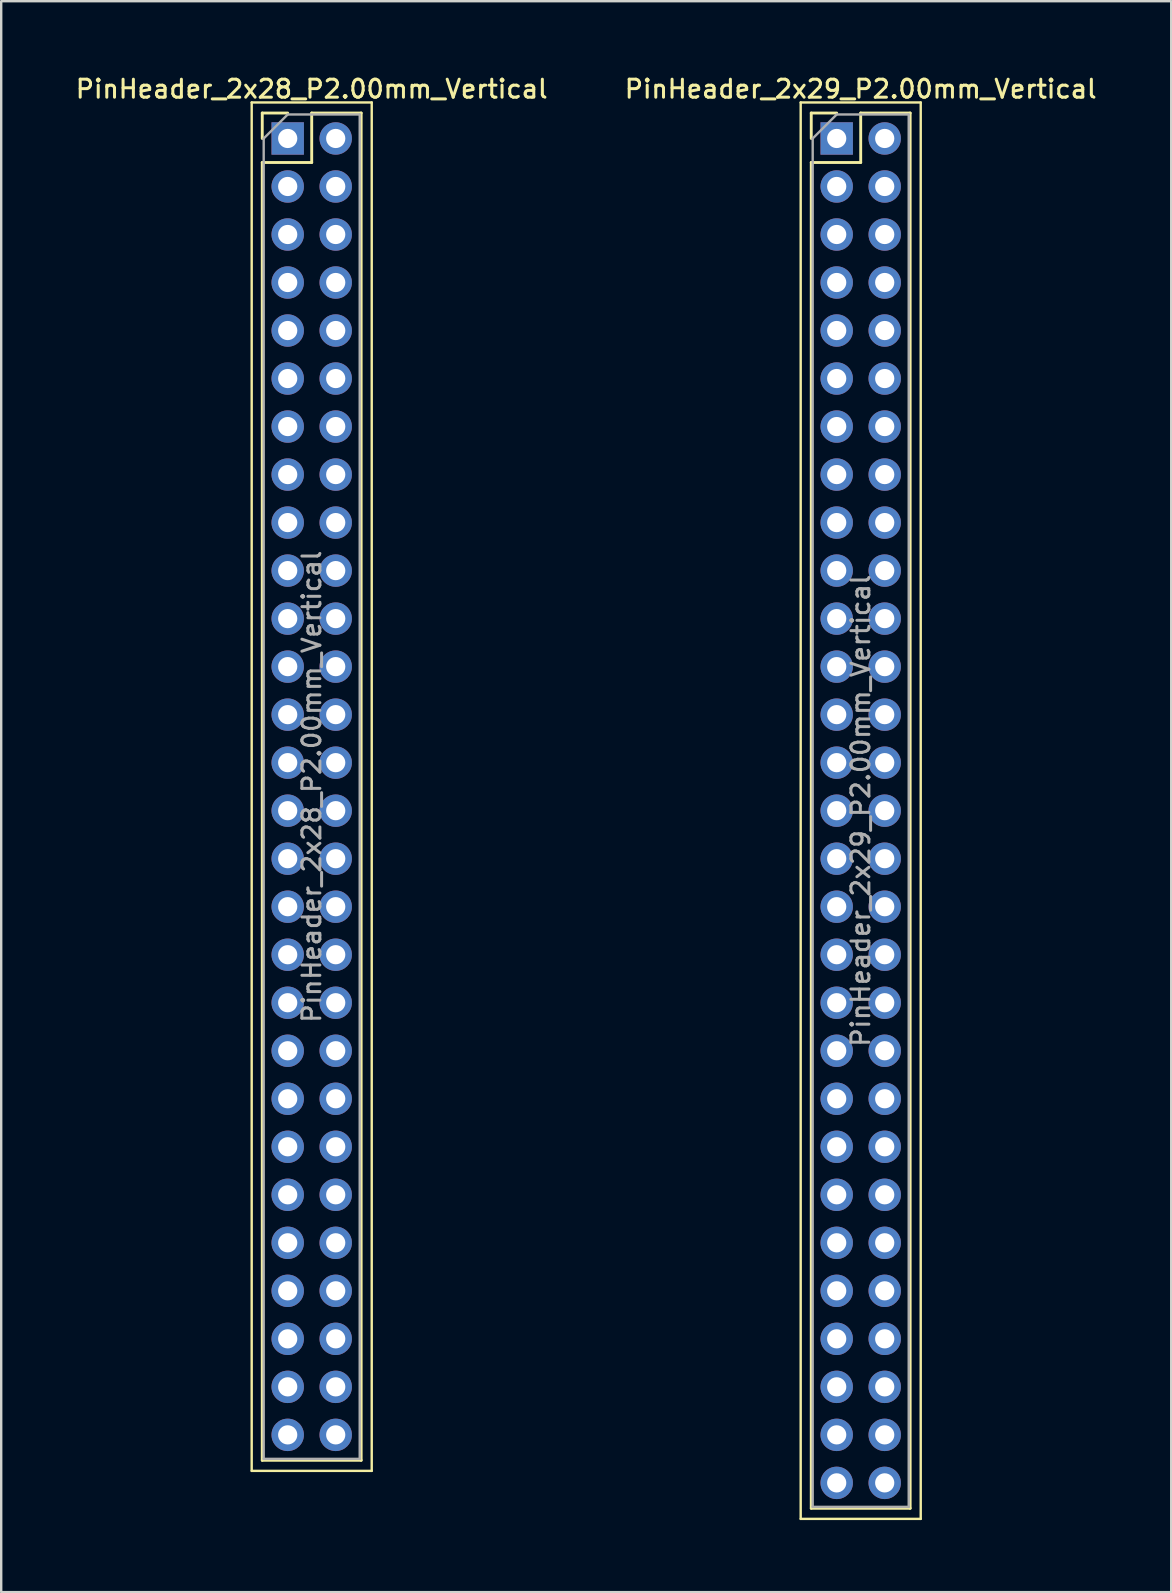
<source format=kicad_pcb>
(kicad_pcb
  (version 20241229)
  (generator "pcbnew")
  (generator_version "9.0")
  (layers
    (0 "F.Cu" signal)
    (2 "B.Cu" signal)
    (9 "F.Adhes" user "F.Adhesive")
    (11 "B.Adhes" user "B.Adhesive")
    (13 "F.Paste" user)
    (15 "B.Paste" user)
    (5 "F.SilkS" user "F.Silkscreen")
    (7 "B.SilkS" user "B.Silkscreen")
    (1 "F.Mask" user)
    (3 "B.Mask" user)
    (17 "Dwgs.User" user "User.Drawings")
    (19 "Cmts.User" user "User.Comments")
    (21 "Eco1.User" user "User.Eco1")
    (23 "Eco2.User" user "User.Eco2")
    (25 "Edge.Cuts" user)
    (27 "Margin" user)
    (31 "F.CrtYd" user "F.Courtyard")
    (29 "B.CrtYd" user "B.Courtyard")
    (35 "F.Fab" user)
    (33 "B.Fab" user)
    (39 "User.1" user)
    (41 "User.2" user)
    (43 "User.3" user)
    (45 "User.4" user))
  (footprint "PinHeader_2x28_P2.00mm_Vertical"
    (layer "F.Cu")
    (at 8.934 2.718)
    (property "Reference" "PinHeader_2x28_P2.00mm_Vertical" (at 1 -2.06 0) (layer "F.SilkS") (effects (font (size 0.75 0.75) (thickness 0.125))))
    (attr through_hole)
    (fp_line (start -1.5 -1.5) (end -1.5 55.5) (stroke (width 0.1) (type solid)) (layer "F.SilkS"))
    (fp_line (start -1.5 55.5) (end 3.5 55.5) (stroke (width 0.1) (type solid)) (layer "F.SilkS"))
    (fp_line (start -1.06 -1.06) (end 0 -1.06) (stroke (width 0.12) (type solid)) (layer "F.SilkS"))
    (fp_line (start -1.06 0) (end -1.06 -1.06) (stroke (width 0.12) (type solid)) (layer "F.SilkS"))
    (fp_line (start -1.06 1) (end -1.06 55.06) (stroke (width 0.12) (type solid)) (layer "F.SilkS"))
    (fp_line (start -1.06 1) (end 1 1) (stroke (width 0.12) (type solid)) (layer "F.SilkS"))
    (fp_line (start -1.06 55.06) (end 3.06 55.06) (stroke (width 0.12) (type solid)) (layer "F.SilkS"))
    (fp_line (start 1 -1.06) (end 3.06 -1.06) (stroke (width 0.12) (type solid)) (layer "F.SilkS"))
    (fp_line (start 1 1) (end 1 -1.06) (stroke (width 0.12) (type solid)) (layer "F.SilkS"))
    (fp_line (start 3.06 -1.06) (end 3.06 55.06) (stroke (width 0.12) (type solid)) (layer "F.SilkS"))
    (fp_line (start 3.5 -1.5) (end -1.5 -1.5) (stroke (width 0.1) (type solid)) (layer "F.SilkS"))
    (fp_line (start 3.5 55.5) (end 3.5 -1.5) (stroke (width 0.1) (type solid)) (layer "F.SilkS"))
    (fp_line (start -1 0) (end 0 -1) (stroke (width 0.1) (type solid)) (layer "F.Fab"))
    (fp_line (start -1 55) (end -1 0) (stroke (width 0.1) (type solid)) (layer "F.Fab"))
    (fp_line (start 0 -1) (end 3 -1) (stroke (width 0.1) (type solid)) (layer "F.Fab"))
    (fp_line (start 3 -1) (end 3 55) (stroke (width 0.1) (type solid)) (layer "F.Fab"))
    (fp_line (start 3 55) (end -1 55) (stroke (width 0.1) (type solid)) (layer "F.Fab"))
    (fp_text user "${REFERENCE}" (at 1 27 90) (layer "F.Fab") (effects (font (size 0.75 0.75) (thickness 0.125))))
    (pad "1" thru_hole rect (at 0 0) (size 1.35 1.35) (drill 0.8) (layers "*.Cu" "*.Mask"))
    (pad "2" thru_hole oval (at 2 0) (size 1.35 1.35) (drill 0.8) (layers "*.Cu" "*.Mask"))
    (pad "3" thru_hole oval (at 0 2) (size 1.35 1.35) (drill 0.8) (layers "*.Cu" "*.Mask"))
    (pad "4" thru_hole oval (at 2 2) (size 1.35 1.35) (drill 0.8) (layers "*.Cu" "*.Mask"))
    (pad "5" thru_hole oval (at 0 4) (size 1.35 1.35) (drill 0.8) (layers "*.Cu" "*.Mask"))
    (pad "6" thru_hole oval (at 2 4) (size 1.35 1.35) (drill 0.8) (layers "*.Cu" "*.Mask"))
    (pad "7" thru_hole oval (at 0 6) (size 1.35 1.35) (drill 0.8) (layers "*.Cu" "*.Mask"))
    (pad "8" thru_hole oval (at 2 6) (size 1.35 1.35) (drill 0.8) (layers "*.Cu" "*.Mask"))
    (pad "9" thru_hole oval (at 0 8) (size 1.35 1.35) (drill 0.8) (layers "*.Cu" "*.Mask"))
    (pad "10" thru_hole oval (at 2 8) (size 1.35 1.35) (drill 0.8) (layers "*.Cu" "*.Mask"))
    (pad "11" thru_hole oval (at 0 10) (size 1.35 1.35) (drill 0.8) (layers "*.Cu" "*.Mask"))
    (pad "12" thru_hole oval (at 2 10) (size 1.35 1.35) (drill 0.8) (layers "*.Cu" "*.Mask"))
    (pad "13" thru_hole oval (at 0 12) (size 1.35 1.35) (drill 0.8) (layers "*.Cu" "*.Mask"))
    (pad "14" thru_hole oval (at 2 12) (size 1.35 1.35) (drill 0.8) (layers "*.Cu" "*.Mask"))
    (pad "15" thru_hole oval (at 0 14) (size 1.35 1.35) (drill 0.8) (layers "*.Cu" "*.Mask"))
    (pad "16" thru_hole oval (at 2 14) (size 1.35 1.35) (drill 0.8) (layers "*.Cu" "*.Mask"))
    (pad "17" thru_hole oval (at 0 16) (size 1.35 1.35) (drill 0.8) (layers "*.Cu" "*.Mask"))
    (pad "18" thru_hole oval (at 2 16) (size 1.35 1.35) (drill 0.8) (layers "*.Cu" "*.Mask"))
    (pad "19" thru_hole oval (at 0 18) (size 1.35 1.35) (drill 0.8) (layers "*.Cu" "*.Mask"))
    (pad "20" thru_hole oval (at 2 18) (size 1.35 1.35) (drill 0.8) (layers "*.Cu" "*.Mask"))
    (pad "21" thru_hole oval (at 0 20) (size 1.35 1.35) (drill 0.8) (layers "*.Cu" "*.Mask"))
    (pad "22" thru_hole oval (at 2 20) (size 1.35 1.35) (drill 0.8) (layers "*.Cu" "*.Mask"))
    (pad "23" thru_hole oval (at 0 22) (size 1.35 1.35) (drill 0.8) (layers "*.Cu" "*.Mask"))
    (pad "24" thru_hole oval (at 2 22) (size 1.35 1.35) (drill 0.8) (layers "*.Cu" "*.Mask"))
    (pad "25" thru_hole oval (at 0 24) (size 1.35 1.35) (drill 0.8) (layers "*.Cu" "*.Mask"))
    (pad "26" thru_hole oval (at 2 24) (size 1.35 1.35) (drill 0.8) (layers "*.Cu" "*.Mask"))
    (pad "27" thru_hole oval (at 0 26) (size 1.35 1.35) (drill 0.8) (layers "*.Cu" "*.Mask"))
    (pad "28" thru_hole oval (at 2 26) (size 1.35 1.35) (drill 0.8) (layers "*.Cu" "*.Mask"))
    (pad "29" thru_hole oval (at 0 28) (size 1.35 1.35) (drill 0.8) (layers "*.Cu" "*.Mask"))
    (pad "30" thru_hole oval (at 2 28) (size 1.35 1.35) (drill 0.8) (layers "*.Cu" "*.Mask"))
    (pad "31" thru_hole oval (at 0 30) (size 1.35 1.35) (drill 0.8) (layers "*.Cu" "*.Mask"))
    (pad "32" thru_hole oval (at 2 30) (size 1.35 1.35) (drill 0.8) (layers "*.Cu" "*.Mask"))
    (pad "33" thru_hole oval (at 0 32) (size 1.35 1.35) (drill 0.8) (layers "*.Cu" "*.Mask"))
    (pad "34" thru_hole oval (at 2 32) (size 1.35 1.35) (drill 0.8) (layers "*.Cu" "*.Mask"))
    (pad "35" thru_hole oval (at 0 34) (size 1.35 1.35) (drill 0.8) (layers "*.Cu" "*.Mask"))
    (pad "36" thru_hole oval (at 2 34) (size 1.35 1.35) (drill 0.8) (layers "*.Cu" "*.Mask"))
    (pad "37" thru_hole oval (at 0 36) (size 1.35 1.35) (drill 0.8) (layers "*.Cu" "*.Mask"))
    (pad "38" thru_hole oval (at 2 36) (size 1.35 1.35) (drill 0.8) (layers "*.Cu" "*.Mask"))
    (pad "39" thru_hole oval (at 0 38) (size 1.35 1.35) (drill 0.8) (layers "*.Cu" "*.Mask"))
    (pad "40" thru_hole oval (at 2 38) (size 1.35 1.35) (drill 0.8) (layers "*.Cu" "*.Mask"))
    (pad "41" thru_hole oval (at 0 40) (size 1.35 1.35) (drill 0.8) (layers "*.Cu" "*.Mask"))
    (pad "42" thru_hole oval (at 2 40) (size 1.35 1.35) (drill 0.8) (layers "*.Cu" "*.Mask"))
    (pad "43" thru_hole oval (at 0 42) (size 1.35 1.35) (drill 0.8) (layers "*.Cu" "*.Mask"))
    (pad "44" thru_hole oval (at 2 42) (size 1.35 1.35) (drill 0.8) (layers "*.Cu" "*.Mask"))
    (pad "45" thru_hole oval (at 0 44) (size 1.35 1.35) (drill 0.8) (layers "*.Cu" "*.Mask"))
    (pad "46" thru_hole oval (at 2 44) (size 1.35 1.35) (drill 0.8) (layers "*.Cu" "*.Mask"))
    (pad "47" thru_hole oval (at 0 46) (size 1.35 1.35) (drill 0.8) (layers "*.Cu" "*.Mask"))
    (pad "48" thru_hole oval (at 2 46) (size 1.35 1.35) (drill 0.8) (layers "*.Cu" "*.Mask"))
    (pad "49" thru_hole oval (at 0 48) (size 1.35 1.35) (drill 0.8) (layers "*.Cu" "*.Mask"))
    (pad "50" thru_hole oval (at 2 48) (size 1.35 1.35) (drill 0.8) (layers "*.Cu" "*.Mask"))
    (pad "51" thru_hole oval (at 0 50) (size 1.35 1.35) (drill 0.8) (layers "*.Cu" "*.Mask"))
    (pad "52" thru_hole oval (at 2 50) (size 1.35 1.35) (drill 0.8) (layers "*.Cu" "*.Mask"))
    (pad "53" thru_hole oval (at 0 52) (size 1.35 1.35) (drill 0.8) (layers "*.Cu" "*.Mask"))
    (pad "54" thru_hole oval (at 2 52) (size 1.35 1.35) (drill 0.8) (layers "*.Cu" "*.Mask"))
    (pad "55" thru_hole oval (at 0 54) (size 1.35 1.35) (drill 0.8) (layers "*.Cu" "*.Mask"))
    (pad "56" thru_hole oval (at 2 54) (size 1.35 1.35) (drill 0.8) (layers "*.Cu" "*.Mask")))
  (footprint "PinHeader_2x29_P2.00mm_Vertical"
    (layer "F.Cu")
    (at 31.802 2.718)
    (property "Reference" "PinHeader_2x29_P2.00mm_Vertical" (at 1 -2.06 0) (layer "F.SilkS") (effects (font (size 0.75 0.75) (thickness 0.125))))
    (attr through_hole)
    (fp_line (start -1.5 -1.5) (end -1.5 57.5) (stroke (width 0.1) (type solid)) (layer "F.SilkS"))
    (fp_line (start -1.5 57.5) (end 3.5 57.5) (stroke (width 0.1) (type solid)) (layer "F.SilkS"))
    (fp_line (start -1.06 -1.06) (end 0 -1.06) (stroke (width 0.12) (type solid)) (layer "F.SilkS"))
    (fp_line (start -1.06 0) (end -1.06 -1.06) (stroke (width 0.12) (type solid)) (layer "F.SilkS"))
    (fp_line (start -1.06 1) (end -1.06 57.06) (stroke (width 0.12) (type solid)) (layer "F.SilkS"))
    (fp_line (start -1.06 1) (end 1 1) (stroke (width 0.12) (type solid)) (layer "F.SilkS"))
    (fp_line (start -1.06 57.06) (end 3.06 57.06) (stroke (width 0.12) (type solid)) (layer "F.SilkS"))
    (fp_line (start 1 -1.06) (end 3.06 -1.06) (stroke (width 0.12) (type solid)) (layer "F.SilkS"))
    (fp_line (start 1 1) (end 1 -1.06) (stroke (width 0.12) (type solid)) (layer "F.SilkS"))
    (fp_line (start 3.06 -1.06) (end 3.06 57.06) (stroke (width 0.12) (type solid)) (layer "F.SilkS"))
    (fp_line (start 3.5 -1.5) (end -1.5 -1.5) (stroke (width 0.1) (type solid)) (layer "F.SilkS"))
    (fp_line (start 3.5 57.5) (end 3.5 -1.5) (stroke (width 0.1) (type solid)) (layer "F.SilkS"))
    (fp_line (start -1 0) (end 0 -1) (stroke (width 0.1) (type solid)) (layer "F.Fab"))
    (fp_line (start -1 57) (end -1 0) (stroke (width 0.1) (type solid)) (layer "F.Fab"))
    (fp_line (start 0 -1) (end 3 -1) (stroke (width 0.1) (type solid)) (layer "F.Fab"))
    (fp_line (start 3 -1) (end 3 57) (stroke (width 0.1) (type solid)) (layer "F.Fab"))
    (fp_line (start 3 57) (end -1 57) (stroke (width 0.1) (type solid)) (layer "F.Fab"))
    (fp_text user "${REFERENCE}" (at 1 28 90) (layer "F.Fab") (effects (font (size 0.75 0.75) (thickness 0.125))))
    (pad "1" thru_hole rect (at 0 0) (size 1.35 1.35) (drill 0.8) (layers "*.Cu" "*.Mask"))
    (pad "2" thru_hole oval (at 2 0) (size 1.35 1.35) (drill 0.8) (layers "*.Cu" "*.Mask"))
    (pad "3" thru_hole oval (at 0 2) (size 1.35 1.35) (drill 0.8) (layers "*.Cu" "*.Mask"))
    (pad "4" thru_hole oval (at 2 2) (size 1.35 1.35) (drill 0.8) (layers "*.Cu" "*.Mask"))
    (pad "5" thru_hole oval (at 0 4) (size 1.35 1.35) (drill 0.8) (layers "*.Cu" "*.Mask"))
    (pad "6" thru_hole oval (at 2 4) (size 1.35 1.35) (drill 0.8) (layers "*.Cu" "*.Mask"))
    (pad "7" thru_hole oval (at 0 6) (size 1.35 1.35) (drill 0.8) (layers "*.Cu" "*.Mask"))
    (pad "8" thru_hole oval (at 2 6) (size 1.35 1.35) (drill 0.8) (layers "*.Cu" "*.Mask"))
    (pad "9" thru_hole oval (at 0 8) (size 1.35 1.35) (drill 0.8) (layers "*.Cu" "*.Mask"))
    (pad "10" thru_hole oval (at 2 8) (size 1.35 1.35) (drill 0.8) (layers "*.Cu" "*.Mask"))
    (pad "11" thru_hole oval (at 0 10) (size 1.35 1.35) (drill 0.8) (layers "*.Cu" "*.Mask"))
    (pad "12" thru_hole oval (at 2 10) (size 1.35 1.35) (drill 0.8) (layers "*.Cu" "*.Mask"))
    (pad "13" thru_hole oval (at 0 12) (size 1.35 1.35) (drill 0.8) (layers "*.Cu" "*.Mask"))
    (pad "14" thru_hole oval (at 2 12) (size 1.35 1.35) (drill 0.8) (layers "*.Cu" "*.Mask"))
    (pad "15" thru_hole oval (at 0 14) (size 1.35 1.35) (drill 0.8) (layers "*.Cu" "*.Mask"))
    (pad "16" thru_hole oval (at 2 14) (size 1.35 1.35) (drill 0.8) (layers "*.Cu" "*.Mask"))
    (pad "17" thru_hole oval (at 0 16) (size 1.35 1.35) (drill 0.8) (layers "*.Cu" "*.Mask"))
    (pad "18" thru_hole oval (at 2 16) (size 1.35 1.35) (drill 0.8) (layers "*.Cu" "*.Mask"))
    (pad "19" thru_hole oval (at 0 18) (size 1.35 1.35) (drill 0.8) (layers "*.Cu" "*.Mask"))
    (pad "20" thru_hole oval (at 2 18) (size 1.35 1.35) (drill 0.8) (layers "*.Cu" "*.Mask"))
    (pad "21" thru_hole oval (at 0 20) (size 1.35 1.35) (drill 0.8) (layers "*.Cu" "*.Mask"))
    (pad "22" thru_hole oval (at 2 20) (size 1.35 1.35) (drill 0.8) (layers "*.Cu" "*.Mask"))
    (pad "23" thru_hole oval (at 0 22) (size 1.35 1.35) (drill 0.8) (layers "*.Cu" "*.Mask"))
    (pad "24" thru_hole oval (at 2 22) (size 1.35 1.35) (drill 0.8) (layers "*.Cu" "*.Mask"))
    (pad "25" thru_hole oval (at 0 24) (size 1.35 1.35) (drill 0.8) (layers "*.Cu" "*.Mask"))
    (pad "26" thru_hole oval (at 2 24) (size 1.35 1.35) (drill 0.8) (layers "*.Cu" "*.Mask"))
    (pad "27" thru_hole oval (at 0 26) (size 1.35 1.35) (drill 0.8) (layers "*.Cu" "*.Mask"))
    (pad "28" thru_hole oval (at 2 26) (size 1.35 1.35) (drill 0.8) (layers "*.Cu" "*.Mask"))
    (pad "29" thru_hole oval (at 0 28) (size 1.35 1.35) (drill 0.8) (layers "*.Cu" "*.Mask"))
    (pad "30" thru_hole oval (at 2 28) (size 1.35 1.35) (drill 0.8) (layers "*.Cu" "*.Mask"))
    (pad "31" thru_hole oval (at 0 30) (size 1.35 1.35) (drill 0.8) (layers "*.Cu" "*.Mask"))
    (pad "32" thru_hole oval (at 2 30) (size 1.35 1.35) (drill 0.8) (layers "*.Cu" "*.Mask"))
    (pad "33" thru_hole oval (at 0 32) (size 1.35 1.35) (drill 0.8) (layers "*.Cu" "*.Mask"))
    (pad "34" thru_hole oval (at 2 32) (size 1.35 1.35) (drill 0.8) (layers "*.Cu" "*.Mask"))
    (pad "35" thru_hole oval (at 0 34) (size 1.35 1.35) (drill 0.8) (layers "*.Cu" "*.Mask"))
    (pad "36" thru_hole oval (at 2 34) (size 1.35 1.35) (drill 0.8) (layers "*.Cu" "*.Mask"))
    (pad "37" thru_hole oval (at 0 36) (size 1.35 1.35) (drill 0.8) (layers "*.Cu" "*.Mask"))
    (pad "38" thru_hole oval (at 2 36) (size 1.35 1.35) (drill 0.8) (layers "*.Cu" "*.Mask"))
    (pad "39" thru_hole oval (at 0 38) (size 1.35 1.35) (drill 0.8) (layers "*.Cu" "*.Mask"))
    (pad "40" thru_hole oval (at 2 38) (size 1.35 1.35) (drill 0.8) (layers "*.Cu" "*.Mask"))
    (pad "41" thru_hole oval (at 0 40) (size 1.35 1.35) (drill 0.8) (layers "*.Cu" "*.Mask"))
    (pad "42" thru_hole oval (at 2 40) (size 1.35 1.35) (drill 0.8) (layers "*.Cu" "*.Mask"))
    (pad "43" thru_hole oval (at 0 42) (size 1.35 1.35) (drill 0.8) (layers "*.Cu" "*.Mask"))
    (pad "44" thru_hole oval (at 2 42) (size 1.35 1.35) (drill 0.8) (layers "*.Cu" "*.Mask"))
    (pad "45" thru_hole oval (at 0 44) (size 1.35 1.35) (drill 0.8) (layers "*.Cu" "*.Mask"))
    (pad "46" thru_hole oval (at 2 44) (size 1.35 1.35) (drill 0.8) (layers "*.Cu" "*.Mask"))
    (pad "47" thru_hole oval (at 0 46) (size 1.35 1.35) (drill 0.8) (layers "*.Cu" "*.Mask"))
    (pad "48" thru_hole oval (at 2 46) (size 1.35 1.35) (drill 0.8) (layers "*.Cu" "*.Mask"))
    (pad "49" thru_hole oval (at 0 48) (size 1.35 1.35) (drill 0.8) (layers "*.Cu" "*.Mask"))
    (pad "50" thru_hole oval (at 2 48) (size 1.35 1.35) (drill 0.8) (layers "*.Cu" "*.Mask"))
    (pad "51" thru_hole oval (at 0 50) (size 1.35 1.35) (drill 0.8) (layers "*.Cu" "*.Mask"))
    (pad "52" thru_hole oval (at 2 50) (size 1.35 1.35) (drill 0.8) (layers "*.Cu" "*.Mask"))
    (pad "53" thru_hole oval (at 0 52) (size 1.35 1.35) (drill 0.8) (layers "*.Cu" "*.Mask"))
    (pad "54" thru_hole oval (at 2 52) (size 1.35 1.35) (drill 0.8) (layers "*.Cu" "*.Mask"))
    (pad "55" thru_hole oval (at 0 54) (size 1.35 1.35) (drill 0.8) (layers "*.Cu" "*.Mask"))
    (pad "56" thru_hole oval (at 2 54) (size 1.35 1.35) (drill 0.8) (layers "*.Cu" "*.Mask"))
    (pad "57" thru_hole oval (at 0 56) (size 1.35 1.35) (drill 0.8) (layers "*.Cu" "*.Mask"))
    (pad "58" thru_hole oval (at 2 56) (size 1.35 1.35) (drill 0.8) (layers "*.Cu" "*.Mask")))
  (gr_rect
    (start -3 -3)
    (end 45.736 63.268)
    (stroke (width 0.1) (type default))
    (fill no)
    (layer "Edge.Cuts")))
</source>
